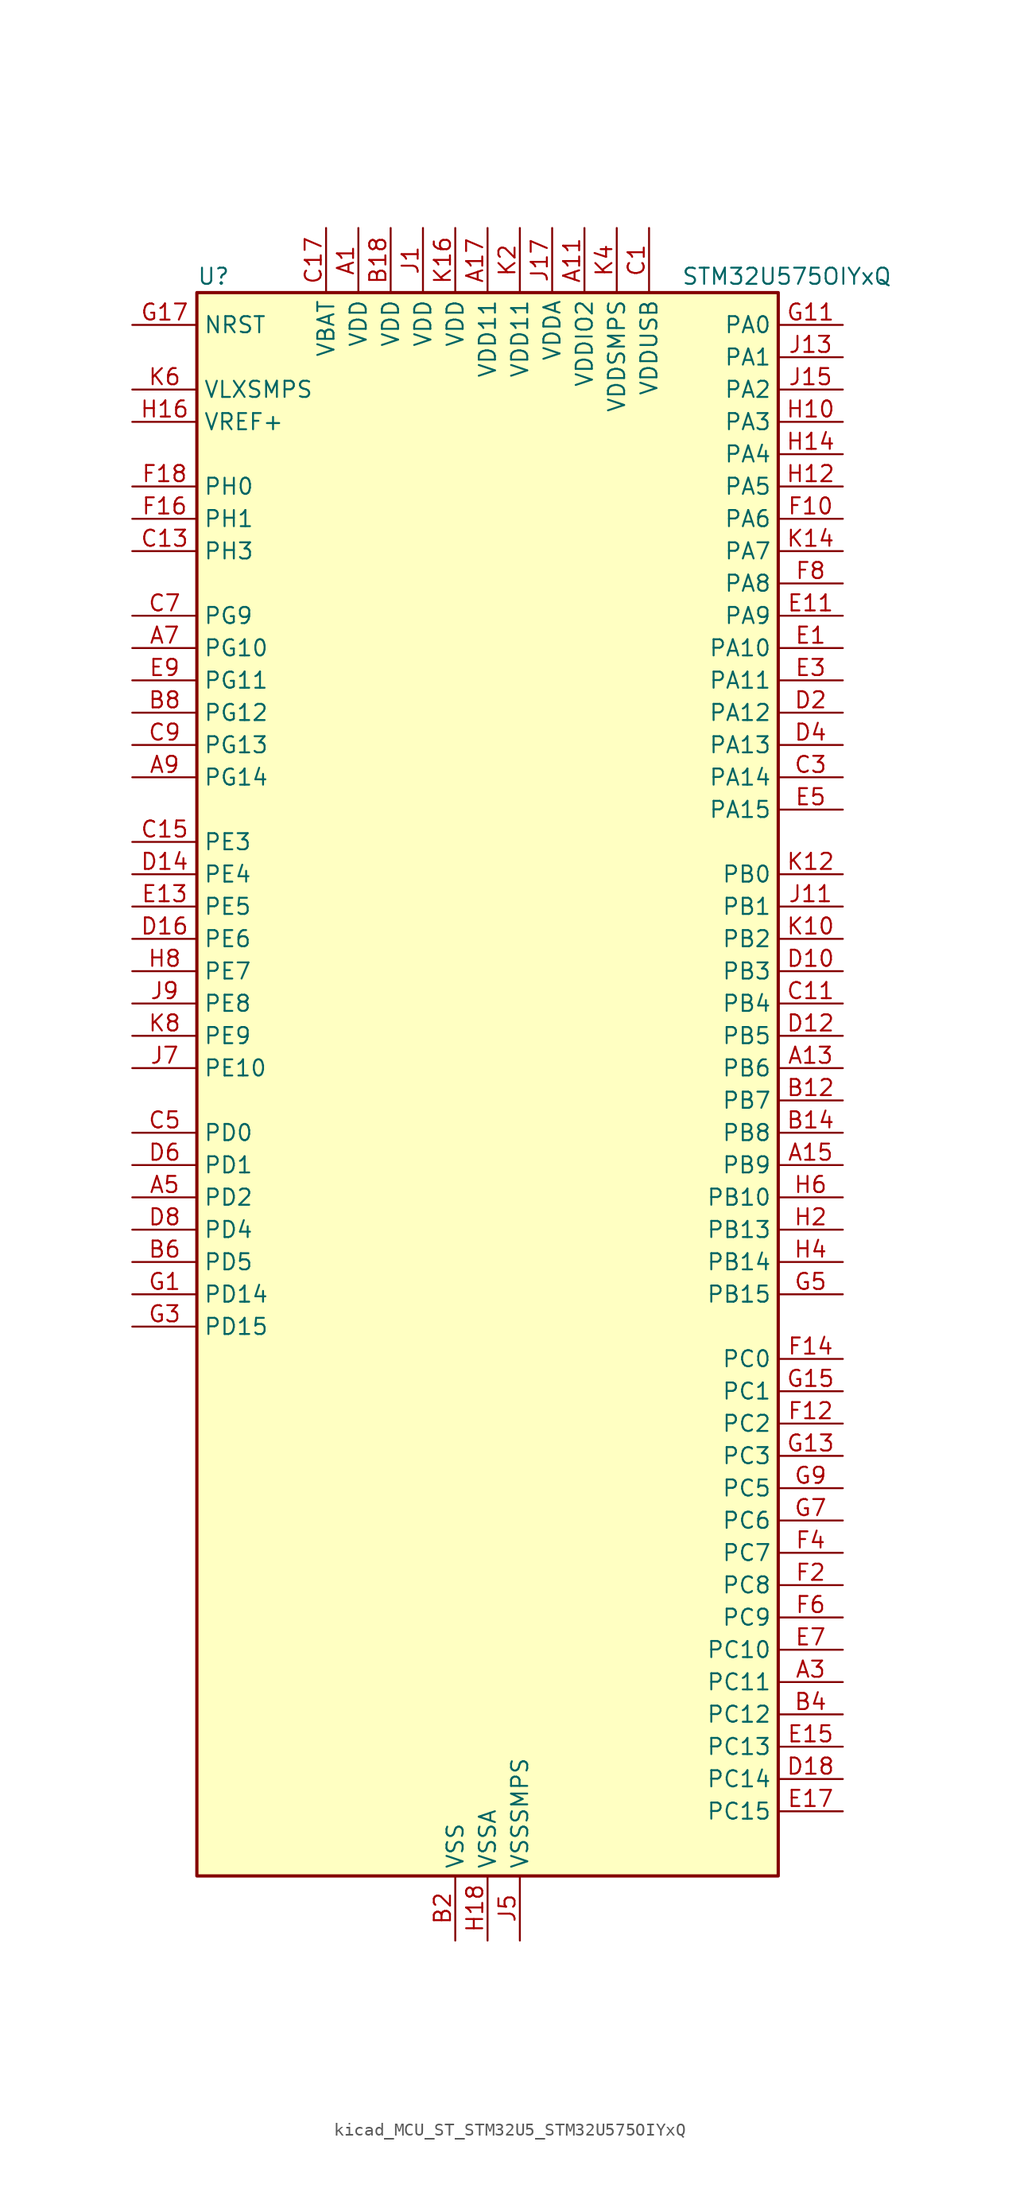
<source format=kicad_sym>
(kicad_symbol_lib
  (version 20220914)
  (generator kicad_symbol_editor)
  (symbol "kicad_MCU_ST_STM32U5_STM32U575OIYxQ"
    (property "Reference" "U"
      (at -22.86 64.77 0)
      (effects (font (size 1.27 1.27)) (justify left)))
    (property "Value" "STM32U575OIYxQ"
      (at 15.24 64.77 0)
      (effects (font (size 1.27 1.27)) (justify left)))
    (property "ki_locked" ""
      (at 0 0 0)
      (effects (font (size 1.27 1.27))))
    (symbol "kicad_MCU_ST_STM32U5_STM32U575OIYxQ_0_1"
      (rectangle (start -22.86 -60.96) (end 22.86 63.5) (stroke (width 0.254) (type default)) (fill (type background))))
    (symbol "kicad_MCU_ST_STM32U5_STM32U575OIYxQ_1_1"
      (pin power_in line (at -10.16 68.58 270) (length 5.08) (name "VDD" (effects (font (size 1.27 1.27)))) (number "A1" (effects (font (size 1.27 1.27)))))
      (pin power_in line (at 7.62 68.58 270) (length 5.08) (name "VDDIO2" (effects (font (size 1.27 1.27)))) (number "A11" (effects (font (size 1.27 1.27)))))
      (pin bidirectional line (at 27.94 2.54 180) (length 5.08) (name "PB6" (effects (font (size 1.27 1.27)))) (number "A13" (effects (font (size 1.27 1.27)))) (alternate "COMP2_INP" bidirectional line) (alternate "DCMI_D5" bidirectional line) (alternate "I2C1_SCL" bidirectional line) (alternate "I2C4_SCL" bidirectional line) (alternate "LPTIM1_ETR" bidirectional line) (alternate "MDF1_SDI5" bidirectional line) (alternate "PSSI_D5" bidirectional line) (alternate "PWR_WKUP3" bidirectional line) (alternate "SAI1_FS_B" bidirectional line) (alternate "TIM16_CH1N" bidirectional line) (alternate "TIM4_CH1" bidirectional line) (alternate "TIM8_BKIN2" bidirectional line) (alternate "TSC_G2_IO3" bidirectional line) (alternate "USART1_TX" bidirectional line))
      (pin bidirectional line (at 27.94 -5.08 180) (length 5.08) (name "PB9" (effects (font (size 1.27 1.27)))) (number "A15" (effects (font (size 1.27 1.27)))) (alternate "DAC1_EXTI9" bidirectional line) (alternate "DCMI_D7" bidirectional line) (alternate "FDCAN1_TX" bidirectional line) (alternate "I2C1_SDA" bidirectional line) (alternate "IR_OUT" bidirectional line) (alternate "PSSI_D7" bidirectional line) (alternate "SAI1_D2" bidirectional line) (alternate "SAI1_FS_A" bidirectional line) (alternate "SDMMC1_CDIR" bidirectional line) (alternate "SDMMC1_D5" bidirectional line) (alternate "SDMMC2_D5" bidirectional line) (alternate "SPI2_NSS" bidirectional line) (alternate "TIM17_CH1" bidirectional line) (alternate "TIM4_CH4" bidirectional line))
      (pin power_in line (at 0 68.58 270) (length 5.08) (name "VDD11" (effects (font (size 1.27 1.27)))) (number "A17" (effects (font (size 1.27 1.27)))))
      (pin bidirectional line (at 27.94 -45.72 180) (length 5.08) (name "PC11" (effects (font (size 1.27 1.27)))) (number "A3" (effects (font (size 1.27 1.27)))) (alternate "ADC1_EXTI11" bidirectional line) (alternate "ADF1_SDI0" bidirectional line) (alternate "DCMI_D2" bidirectional line) (alternate "DCMI_D4" bidirectional line) (alternate "LPTIM3_IN1" bidirectional line) (alternate "OCTOSPIM_P1_NCS" bidirectional line) (alternate "PSSI_D2" bidirectional line) (alternate "PSSI_D4" bidirectional line) (alternate "SDMMC1_D3" bidirectional line) (alternate "SPI3_MISO" bidirectional line) (alternate "TSC_G3_IO3" bidirectional line) (alternate "UART4_RX" bidirectional line) (alternate "UCPD1_FRSTX2" bidirectional line) (alternate "USART3_RX" bidirectional line))
      (pin bidirectional line (at -27.94 -7.62 0) (length 5.08) (name "PD2" (effects (font (size 1.27 1.27)))) (number "A5" (effects (font (size 1.27 1.27)))) (alternate "DCMI_D11" bidirectional line) (alternate "DEBUG_TRACED2" bidirectional line) (alternate "LPTIM4_ETR" bidirectional line) (alternate "PSSI_D11" bidirectional line) (alternate "SDMMC1_CMD" bidirectional line) (alternate "TIM3_ETR" bidirectional line) (alternate "TSC_SYNC" bidirectional line) (alternate "UART5_RX" bidirectional line) (alternate "USART3_DE" bidirectional line) (alternate "USART3_RTS" bidirectional line))
      (pin bidirectional line (at -27.94 35.56 0) (length 5.08) (name "PG10" (effects (font (size 1.27 1.27)))) (number "A7" (effects (font (size 1.27 1.27)))) (alternate "FMC_NE3" bidirectional line) (alternate "LPTIM1_IN1" bidirectional line) (alternate "OCTOSPIM_P2_IO7" bidirectional line) (alternate "SPI3_MISO" bidirectional line) (alternate "TIM15_CH1" bidirectional line) (alternate "USART1_RX" bidirectional line))
      (pin bidirectional line (at -27.94 25.4 0) (length 5.08) (name "PG14" (effects (font (size 1.27 1.27)))) (number "A9" (effects (font (size 1.27 1.27)))) (alternate "FMC_A25" bidirectional line) (alternate "I2C1_SCL" bidirectional line) (alternate "LPTIM1_CH2" bidirectional line))
      (pin passive line (at -2.54 -66.04 90) (length 5.08) hide (name "VSS" (effects (font (size 1.27 1.27)))) (number "B10" (effects (font (size 1.27 1.27)))))
      (pin bidirectional line (at 27.94 0 180) (length 5.08) (name "PB7" (effects (font (size 1.27 1.27)))) (number "B12" (effects (font (size 1.27 1.27)))) (alternate "COMP2_INM" bidirectional line) (alternate "DCMI_VSYNC" bidirectional line) (alternate "FMC_NL" bidirectional line) (alternate "I2C1_SDA" bidirectional line) (alternate "I2C4_SDA" bidirectional line) (alternate "LPTIM1_IN2" bidirectional line) (alternate "MDF1_CKI5" bidirectional line) (alternate "PSSI_RDY" bidirectional line) (alternate "PWR_PVD_IN" bidirectional line) (alternate "PWR_WKUP4" bidirectional line) (alternate "TIM17_CH1N" bidirectional line) (alternate "TIM4_CH2" bidirectional line) (alternate "TIM8_BKIN" bidirectional line) (alternate "TSC_G2_IO4" bidirectional line) (alternate "UART4_CTS" bidirectional line) (alternate "USART1_RX" bidirectional line))
      (pin bidirectional line (at 27.94 -2.54 180) (length 5.08) (name "PB8" (effects (font (size 1.27 1.27)))) (number "B14" (effects (font (size 1.27 1.27)))) (alternate "DCMI_D6" bidirectional line) (alternate "FDCAN1_RX" bidirectional line) (alternate "I2C1_SCL" bidirectional line) (alternate "MDF1_CCK0" bidirectional line) (alternate "PSSI_D6" bidirectional line) (alternate "PWR_WKUP5" bidirectional line) (alternate "SAI1_CK1" bidirectional line) (alternate "SAI1_MCLK_A" bidirectional line) (alternate "SDMMC1_CKIN" bidirectional line) (alternate "SDMMC1_D4" bidirectional line) (alternate "SDMMC2_D4" bidirectional line) (alternate "SPI3_RDY" bidirectional line) (alternate "TIM16_CH1" bidirectional line) (alternate "TIM4_CH3" bidirectional line))
      (pin passive line (at -2.54 -66.04 90) (length 5.08) hide (name "VSS" (effects (font (size 1.27 1.27)))) (number "B16" (effects (font (size 1.27 1.27)))))
      (pin power_in line (at -7.62 68.58 270) (length 5.08) (name "VDD" (effects (font (size 1.27 1.27)))) (number "B18" (effects (font (size 1.27 1.27)))))
      (pin power_in line (at -2.54 -66.04 90) (length 5.08) (name "VSS" (effects (font (size 1.27 1.27)))) (number "B2" (effects (font (size 1.27 1.27)))))
      (pin bidirectional line (at 27.94 -48.26 180) (length 5.08) (name "PC12" (effects (font (size 1.27 1.27)))) (number "B4" (effects (font (size 1.27 1.27)))) (alternate "DCMI_D9" bidirectional line) (alternate "DEBUG_TRACED3" bidirectional line) (alternate "PSSI_D9" bidirectional line) (alternate "SDMMC1_CK" bidirectional line) (alternate "SPI3_MOSI" bidirectional line) (alternate "TSC_G3_IO4" bidirectional line) (alternate "UART5_TX" bidirectional line) (alternate "USART3_CK" bidirectional line))
      (pin bidirectional line (at -27.94 -12.7 0) (length 5.08) (name "PD5" (effects (font (size 1.27 1.27)))) (number "B6" (effects (font (size 1.27 1.27)))) (alternate "FMC_NWE" bidirectional line) (alternate "OCTOSPIM_P1_IO5" bidirectional line) (alternate "SPI2_RDY" bidirectional line) (alternate "USART2_TX" bidirectional line))
      (pin bidirectional line (at -27.94 30.48 0) (length 5.08) (name "PG12" (effects (font (size 1.27 1.27)))) (number "B8" (effects (font (size 1.27 1.27)))) (alternate "FMC_NE4" bidirectional line) (alternate "LPTIM1_ETR" bidirectional line) (alternate "OCTOSPIM_P2_NCS" bidirectional line) (alternate "SPI3_NSS" bidirectional line) (alternate "USART1_DE" bidirectional line) (alternate "USART1_RTS" bidirectional line))
      (pin power_in line (at 12.7 68.58 270) (length 5.08) (name "VDDUSB" (effects (font (size 1.27 1.27)))) (number "C1" (effects (font (size 1.27 1.27)))))
      (pin bidirectional line (at 27.94 7.62 180) (length 5.08) (name "PB4" (effects (font (size 1.27 1.27)))) (number "C11" (effects (font (size 1.27 1.27)))) (alternate "ADF1_SDI0" bidirectional line) (alternate "COMP2_INP" bidirectional line) (alternate "DCMI_D12" bidirectional line) (alternate "DEBUG_JTRST" bidirectional line) (alternate "I2C3_SDA" bidirectional line) (alternate "LPTIM1_CH2" bidirectional line) (alternate "PSSI_D12" bidirectional line) (alternate "SAI1_MCLK_B" bidirectional line) (alternate "SDMMC2_D3" bidirectional line) (alternate "SPI1_MISO" bidirectional line) (alternate "SPI3_MISO" bidirectional line) (alternate "TIM17_BKIN" bidirectional line) (alternate "TIM3_CH1" bidirectional line) (alternate "TSC_G2_IO1" bidirectional line) (alternate "UART5_DE" bidirectional line) (alternate "UART5_RTS" bidirectional line) (alternate "USART1_CTS" bidirectional line))
      (pin bidirectional line (at -27.94 43.18 0) (length 5.08) (name "PH3" (effects (font (size 1.27 1.27)))) (number "C13" (effects (font (size 1.27 1.27)))))
      (pin bidirectional line (at -27.94 20.32 0) (length 5.08) (name "PE3" (effects (font (size 1.27 1.27)))) (number "C15" (effects (font (size 1.27 1.27)))) (alternate "DEBUG_TRACED0" bidirectional line) (alternate "FMC_A19" bidirectional line) (alternate "OCTOSPIM_P1_DQS" bidirectional line) (alternate "SAI1_SD_B" bidirectional line) (alternate "TAMP_IN6" bidirectional line) (alternate "TAMP_OUT3" bidirectional line) (alternate "TIM3_CH1" bidirectional line) (alternate "TSC_G7_IO2" bidirectional line))
      (pin power_in line (at -12.7 68.58 270) (length 5.08) (name "VBAT" (effects (font (size 1.27 1.27)))) (number "C17" (effects (font (size 1.27 1.27)))))
      (pin bidirectional line (at 27.94 25.4 180) (length 5.08) (name "PA14" (effects (font (size 1.27 1.27)))) (number "C3" (effects (font (size 1.27 1.27)))) (alternate "DEBUG_JTCK-SWCLK" bidirectional line) (alternate "I2C1_SMBA" bidirectional line) (alternate "I2C4_SMBA" bidirectional line) (alternate "LPTIM1_CH1" bidirectional line) (alternate "SAI1_FS_B" bidirectional line) (alternate "USB_OTG_FS_SOF" bidirectional line))
      (pin bidirectional line (at -27.94 -2.54 0) (length 5.08) (name "PD0" (effects (font (size 1.27 1.27)))) (number "C5" (effects (font (size 1.27 1.27)))) (alternate "FDCAN1_RX" bidirectional line) (alternate "FMC_D2" bidirectional line) (alternate "FMC_DA2" bidirectional line) (alternate "SPI2_NSS" bidirectional line) (alternate "TIM8_CH4N" bidirectional line))
      (pin bidirectional line (at -27.94 38.1 0) (length 5.08) (name "PG9" (effects (font (size 1.27 1.27)))) (number "C7" (effects (font (size 1.27 1.27)))) (alternate "DAC1_EXTI9" bidirectional line) (alternate "FMC_NCE" bidirectional line) (alternate "FMC_NE2" bidirectional line) (alternate "OCTOSPIM_P2_IO6" bidirectional line) (alternate "SPI3_SCK" bidirectional line) (alternate "TIM15_CH1N" bidirectional line) (alternate "USART1_TX" bidirectional line))
      (pin bidirectional line (at -27.94 27.94 0) (length 5.08) (name "PG13" (effects (font (size 1.27 1.27)))) (number "C9" (effects (font (size 1.27 1.27)))) (alternate "FMC_A24" bidirectional line) (alternate "I2C1_SDA" bidirectional line) (alternate "SPI3_RDY" bidirectional line) (alternate "USART1_CK" bidirectional line))
      (pin bidirectional line (at 27.94 10.16 180) (length 5.08) (name "PB3" (effects (font (size 1.27 1.27)))) (number "D10" (effects (font (size 1.27 1.27)))) (alternate "ADF1_CCK0" bidirectional line) (alternate "COMP2_INM" bidirectional line) (alternate "CRS_SYNC" bidirectional line) (alternate "DEBUG_JTDO-SWO" bidirectional line) (alternate "I2C1_SDA" bidirectional line) (alternate "LPTIM1_CH1" bidirectional line) (alternate "SAI1_SCK_B" bidirectional line) (alternate "SDMMC2_D2" bidirectional line) (alternate "SPI1_SCK" bidirectional line) (alternate "SPI3_SCK" bidirectional line) (alternate "TIM2_CH2" bidirectional line) (alternate "USART1_DE" bidirectional line) (alternate "USART1_RTS" bidirectional line))
      (pin bidirectional line (at 27.94 5.08 180) (length 5.08) (name "PB5" (effects (font (size 1.27 1.27)))) (number "D12" (effects (font (size 1.27 1.27)))) (alternate "COMP2_OUT" bidirectional line) (alternate "DCMI_D10" bidirectional line) (alternate "I2C1_SMBA" bidirectional line) (alternate "LPTIM1_IN1" bidirectional line) (alternate "OCTOSPIM_P1_NCLK" bidirectional line) (alternate "PSSI_D10" bidirectional line) (alternate "PWR_WKUP6" bidirectional line) (alternate "SAI1_SD_B" bidirectional line) (alternate "SPI1_MOSI" bidirectional line) (alternate "SPI3_MOSI" bidirectional line) (alternate "TIM16_BKIN" bidirectional line) (alternate "TIM3_CH2" bidirectional line) (alternate "TSC_G2_IO2" bidirectional line) (alternate "UART5_CTS" bidirectional line) (alternate "UCPD1_DBCC1" bidirectional line) (alternate "USART1_CK" bidirectional line))
      (pin bidirectional line (at -27.94 17.78 0) (length 5.08) (name "PE4" (effects (font (size 1.27 1.27)))) (number "D14" (effects (font (size 1.27 1.27)))) (alternate "DCMI_D4" bidirectional line) (alternate "DEBUG_TRACED1" bidirectional line) (alternate "FMC_A20" bidirectional line) (alternate "MDF1_SDI3" bidirectional line) (alternate "PSSI_D4" bidirectional line) (alternate "PWR_WKUP1" bidirectional line) (alternate "SAI1_D2" bidirectional line) (alternate "SAI1_FS_A" bidirectional line) (alternate "TAMP_IN7" bidirectional line) (alternate "TAMP_OUT8" bidirectional line) (alternate "TIM3_CH2" bidirectional line) (alternate "TSC_G7_IO3" bidirectional line))
      (pin bidirectional line (at -27.94 12.7 0) (length 5.08) (name "PE6" (effects (font (size 1.27 1.27)))) (number "D16" (effects (font (size 1.27 1.27)))) (alternate "DCMI_D7" bidirectional line) (alternate "DEBUG_TRACED3" bidirectional line) (alternate "FMC_A22" bidirectional line) (alternate "PSSI_D7" bidirectional line) (alternate "PWR_WKUP3" bidirectional line) (alternate "SAI1_D1" bidirectional line) (alternate "SAI1_SD_A" bidirectional line) (alternate "TAMP_IN3" bidirectional line) (alternate "TAMP_OUT6" bidirectional line) (alternate "TIM3_CH4" bidirectional line))
      (pin bidirectional line (at 27.94 -53.34 180) (length 5.08) (name "PC14" (effects (font (size 1.27 1.27)))) (number "D18" (effects (font (size 1.27 1.27)))) (alternate "RCC_OSC32_IN" bidirectional line))
      (pin bidirectional line (at 27.94 30.48 180) (length 5.08) (name "PA12" (effects (font (size 1.27 1.27)))) (number "D2" (effects (font (size 1.27 1.27)))) (alternate "FDCAN1_TX" bidirectional line) (alternate "OCTOSPIM_P2_NCS" bidirectional line) (alternate "SPI1_MOSI" bidirectional line) (alternate "TIM1_ETR" bidirectional line) (alternate "USART1_DE" bidirectional line) (alternate "USART1_RTS" bidirectional line) (alternate "USB_OTG_FS_DP" bidirectional line))
      (pin bidirectional line (at 27.94 27.94 180) (length 5.08) (name "PA13" (effects (font (size 1.27 1.27)))) (number "D4" (effects (font (size 1.27 1.27)))) (alternate "DEBUG_JTMS-SWDIO" bidirectional line) (alternate "IR_OUT" bidirectional line) (alternate "SAI1_SD_B" bidirectional line) (alternate "USB_OTG_FS_NOE" bidirectional line))
      (pin bidirectional line (at -27.94 -5.08 0) (length 5.08) (name "PD1" (effects (font (size 1.27 1.27)))) (number "D6" (effects (font (size 1.27 1.27)))) (alternate "FDCAN1_TX" bidirectional line) (alternate "FMC_D3" bidirectional line) (alternate "FMC_DA3" bidirectional line) (alternate "SPI2_SCK" bidirectional line))
      (pin bidirectional line (at -27.94 -10.16 0) (length 5.08) (name "PD4" (effects (font (size 1.27 1.27)))) (number "D8" (effects (font (size 1.27 1.27)))) (alternate "FMC_NOE" bidirectional line) (alternate "MDF1_CKI0" bidirectional line) (alternate "OCTOSPIM_P1_IO4" bidirectional line) (alternate "SPI2_MOSI" bidirectional line) (alternate "USART2_DE" bidirectional line) (alternate "USART2_RTS" bidirectional line))
      (pin bidirectional line (at 27.94 35.56 180) (length 5.08) (name "PA10" (effects (font (size 1.27 1.27)))) (number "E1" (effects (font (size 1.27 1.27)))) (alternate "CRS_SYNC" bidirectional line) (alternate "DCMI_D1" bidirectional line) (alternate "LPTIM2_IN2" bidirectional line) (alternate "PSSI_D1" bidirectional line) (alternate "SAI1_D1" bidirectional line) (alternate "SAI1_SD_A" bidirectional line) (alternate "TIM17_BKIN" bidirectional line) (alternate "TIM1_CH3" bidirectional line) (alternate "USART1_RX" bidirectional line) (alternate "USB_OTG_FS_ID" bidirectional line))
      (pin bidirectional line (at 27.94 38.1 180) (length 5.08) (name "PA9" (effects (font (size 1.27 1.27)))) (number "E11" (effects (font (size 1.27 1.27)))) (alternate "DAC1_EXTI9" bidirectional line) (alternate "DCMI_D0" bidirectional line) (alternate "PSSI_D0" bidirectional line) (alternate "SAI1_FS_A" bidirectional line) (alternate "SPI2_SCK" bidirectional line) (alternate "TIM15_BKIN" bidirectional line) (alternate "TIM1_CH2" bidirectional line) (alternate "USART1_TX" bidirectional line) (alternate "USB_OTG_FS_VBUS" bidirectional line))
      (pin bidirectional line (at -27.94 15.24 0) (length 5.08) (name "PE5" (effects (font (size 1.27 1.27)))) (number "E13" (effects (font (size 1.27 1.27)))) (alternate "DCMI_D6" bidirectional line) (alternate "DEBUG_TRACED2" bidirectional line) (alternate "FMC_A21" bidirectional line) (alternate "MDF1_CKI3" bidirectional line) (alternate "PSSI_D6" bidirectional line) (alternate "PWR_WKUP2" bidirectional line) (alternate "SAI1_CK2" bidirectional line) (alternate "SAI1_SCK_A" bidirectional line) (alternate "TAMP_IN8" bidirectional line) (alternate "TAMP_OUT7" bidirectional line) (alternate "TIM3_CH3" bidirectional line) (alternate "TSC_G7_IO4" bidirectional line))
      (pin bidirectional line (at 27.94 -50.8 180) (length 5.08) (name "PC13" (effects (font (size 1.27 1.27)))) (number "E15" (effects (font (size 1.27 1.27)))) (alternate "PWR_WKUP2" bidirectional line) (alternate "RTC_OUT1" bidirectional line) (alternate "RTC_TS" bidirectional line) (alternate "TAMP_IN1" bidirectional line) (alternate "TAMP_OUT2" bidirectional line))
      (pin bidirectional line (at 27.94 -55.88 180) (length 5.08) (name "PC15" (effects (font (size 1.27 1.27)))) (number "E17" (effects (font (size 1.27 1.27)))) (alternate "ADC1_EXTI15" bidirectional line) (alternate "ADC4_EXTI15" bidirectional line) (alternate "RCC_OSC32_OUT" bidirectional line))
      (pin bidirectional line (at 27.94 33.02 180) (length 5.08) (name "PA11" (effects (font (size 1.27 1.27)))) (number "E3" (effects (font (size 1.27 1.27)))) (alternate "ADC1_EXTI11" bidirectional line) (alternate "FDCAN1_RX" bidirectional line) (alternate "SPI1_MISO" bidirectional line) (alternate "TIM1_BKIN2" bidirectional line) (alternate "TIM1_CH4" bidirectional line) (alternate "USART1_CTS" bidirectional line) (alternate "USB_OTG_FS_DM" bidirectional line))
      (pin bidirectional line (at 27.94 22.86 180) (length 5.08) (name "PA15" (effects (font (size 1.27 1.27)))) (number "E5" (effects (font (size 1.27 1.27)))) (alternate "ADC1_EXTI15" bidirectional line) (alternate "ADC4_EXTI15" bidirectional line) (alternate "DEBUG_JTDI" bidirectional line) (alternate "SPI1_NSS" bidirectional line) (alternate "SPI3_NSS" bidirectional line) (alternate "TIM2_CH1" bidirectional line) (alternate "TIM2_ETR" bidirectional line) (alternate "UART4_DE" bidirectional line) (alternate "UART4_RTS" bidirectional line) (alternate "UCPD1_CC1" bidirectional line) (alternate "USART2_RX" bidirectional line) (alternate "USART3_DE" bidirectional line) (alternate "USART3_RTS" bidirectional line))
      (pin bidirectional line (at 27.94 -43.18 180) (length 5.08) (name "PC10" (effects (font (size 1.27 1.27)))) (number "E7" (effects (font (size 1.27 1.27)))) (alternate "ADF1_CCK1" bidirectional line) (alternate "DCMI_D8" bidirectional line) (alternate "DEBUG_TRACED1" bidirectional line) (alternate "LPTIM3_ETR" bidirectional line) (alternate "PSSI_D8" bidirectional line) (alternate "SDMMC1_D2" bidirectional line) (alternate "SPI3_SCK" bidirectional line) (alternate "TSC_G3_IO2" bidirectional line) (alternate "UART4_TX" bidirectional line) (alternate "USART3_TX" bidirectional line))
      (pin bidirectional line (at -27.94 33.02 0) (length 5.08) (name "PG11" (effects (font (size 1.27 1.27)))) (number "E9" (effects (font (size 1.27 1.27)))) (alternate "ADC1_EXTI11" bidirectional line) (alternate "LPTIM1_IN2" bidirectional line) (alternate "OCTOSPIM_P1_IO5" bidirectional line) (alternate "SPI3_MOSI" bidirectional line) (alternate "TIM15_CH2" bidirectional line) (alternate "USART1_CTS" bidirectional line))
      (pin bidirectional line (at 27.94 45.72 180) (length 5.08) (name "PA6" (effects (font (size 1.27 1.27)))) (number "F10" (effects (font (size 1.27 1.27)))) (alternate "ADC1_IN11" bidirectional line) (alternate "ADC4_IN11" bidirectional line) (alternate "DCMI_PIXCLK" bidirectional line) (alternate "LPUART1_CTS" bidirectional line) (alternate "OCTOSPIM_P1_IO3" bidirectional line) (alternate "OPAMP2_VINP" bidirectional line) (alternate "PSSI_PDCK" bidirectional line) (alternate "PWR_CDSTOP" bidirectional line) (alternate "PWR_WKUP7" bidirectional line) (alternate "SPI1_MISO" bidirectional line) (alternate "TIM16_CH1" bidirectional line) (alternate "TIM1_BKIN" bidirectional line) (alternate "TIM3_CH1" bidirectional line) (alternate "TIM8_BKIN" bidirectional line) (alternate "USART3_CTS" bidirectional line))
      (pin bidirectional line (at 27.94 -25.4 180) (length 5.08) (name "PC2" (effects (font (size 1.27 1.27)))) (number "F12" (effects (font (size 1.27 1.27)))) (alternate "ADC1_IN3" bidirectional line) (alternate "ADC4_IN3" bidirectional line) (alternate "LPTIM1_IN2" bidirectional line) (alternate "MDF1_CCK1" bidirectional line) (alternate "OCTOSPIM_P1_IO5" bidirectional line) (alternate "SPI2_MISO" bidirectional line))
      (pin bidirectional line (at 27.94 -20.32 180) (length 5.08) (name "PC0" (effects (font (size 1.27 1.27)))) (number "F14" (effects (font (size 1.27 1.27)))) (alternate "ADC1_IN1" bidirectional line) (alternate "ADC4_IN1" bidirectional line) (alternate "I2C3_SCL" bidirectional line) (alternate "LPTIM1_IN1" bidirectional line) (alternate "LPTIM2_IN1" bidirectional line) (alternate "LPUART1_RX" bidirectional line) (alternate "MDF1_SDI4" bidirectional line) (alternate "OCTOSPIM_P1_IO7" bidirectional line) (alternate "SDMMC1_D5" bidirectional line) (alternate "SPI2_RDY" bidirectional line))
      (pin bidirectional line (at -27.94 45.72 0) (length 5.08) (name "PH1" (effects (font (size 1.27 1.27)))) (number "F16" (effects (font (size 1.27 1.27)))) (alternate "RCC_OSC_OUT" bidirectional line))
      (pin bidirectional line (at -27.94 48.26 0) (length 5.08) (name "PH0" (effects (font (size 1.27 1.27)))) (number "F18" (effects (font (size 1.27 1.27)))) (alternate "RCC_OSC_IN" bidirectional line))
      (pin bidirectional line (at 27.94 -38.1 180) (length 5.08) (name "PC8" (effects (font (size 1.27 1.27)))) (number "F2" (effects (font (size 1.27 1.27)))) (alternate "DCMI_D2" bidirectional line) (alternate "LPTIM3_CH1" bidirectional line) (alternate "PSSI_D2" bidirectional line) (alternate "PWR_SRDSTOP" bidirectional line) (alternate "SDMMC1_D0" bidirectional line) (alternate "TIM3_CH3" bidirectional line) (alternate "TIM8_CH3" bidirectional line) (alternate "TSC_G4_IO3" bidirectional line))
      (pin bidirectional line (at 27.94 -35.56 180) (length 5.08) (name "PC7" (effects (font (size 1.27 1.27)))) (number "F4" (effects (font (size 1.27 1.27)))) (alternate "DCMI_D1" bidirectional line) (alternate "LPTIM2_CH2" bidirectional line) (alternate "MDF1_SDI3" bidirectional line) (alternate "PSSI_D1" bidirectional line) (alternate "PWR_CDSTOP" bidirectional line) (alternate "SDMMC1_D123DIR" bidirectional line) (alternate "SDMMC1_D7" bidirectional line) (alternate "SDMMC2_D7" bidirectional line) (alternate "TIM3_CH2" bidirectional line) (alternate "TIM8_CH2" bidirectional line) (alternate "TSC_G4_IO2" bidirectional line))
      (pin bidirectional line (at 27.94 -40.64 180) (length 5.08) (name "PC9" (effects (font (size 1.27 1.27)))) (number "F6" (effects (font (size 1.27 1.27)))) (alternate "DAC1_EXTI9" bidirectional line) (alternate "DCMI_D3" bidirectional line) (alternate "DEBUG_TRACED0" bidirectional line) (alternate "LPTIM3_CH2" bidirectional line) (alternate "PSSI_D3" bidirectional line) (alternate "SDMMC1_D1" bidirectional line) (alternate "TIM3_CH4" bidirectional line) (alternate "TIM8_BKIN2" bidirectional line) (alternate "TIM8_CH4" bidirectional line) (alternate "TSC_G4_IO4" bidirectional line) (alternate "USB_OTG_FS_NOE" bidirectional line))
      (pin bidirectional line (at 27.94 40.64 180) (length 5.08) (name "PA8" (effects (font (size 1.27 1.27)))) (number "F8" (effects (font (size 1.27 1.27)))) (alternate "DEBUG_TRACECLK" bidirectional line) (alternate "LPTIM2_CH1" bidirectional line) (alternate "RCC_MCO" bidirectional line) (alternate "SAI1_CK2" bidirectional line) (alternate "SAI1_SCK_A" bidirectional line) (alternate "SPI1_RDY" bidirectional line) (alternate "TIM1_CH1" bidirectional line) (alternate "USART1_CK" bidirectional line) (alternate "USB_OTG_FS_SOF" bidirectional line))
      (pin bidirectional line (at -27.94 -15.24 0) (length 5.08) (name "PD14" (effects (font (size 1.27 1.27)))) (number "G1" (effects (font (size 1.27 1.27)))) (alternate "FMC_D0" bidirectional line) (alternate "FMC_DA0" bidirectional line) (alternate "LPTIM3_CH1" bidirectional line) (alternate "TIM4_CH3" bidirectional line))
      (pin bidirectional line (at 27.94 60.96 180) (length 5.08) (name "PA0" (effects (font (size 1.27 1.27)))) (number "G11" (effects (font (size 1.27 1.27)))) (alternate "ADC1_IN5" bidirectional line) (alternate "AUDIOCLK" bidirectional line) (alternate "OCTOSPIM_P2_NCS" bidirectional line) (alternate "OPAMP1_VINP" bidirectional line) (alternate "PWR_WKUP1" bidirectional line) (alternate "SDMMC2_CMD" bidirectional line) (alternate "SPI3_RDY" bidirectional line) (alternate "TAMP_IN2" bidirectional line) (alternate "TAMP_OUT1" bidirectional line) (alternate "TIM2_CH1" bidirectional line) (alternate "TIM2_ETR" bidirectional line) (alternate "TIM5_CH1" bidirectional line) (alternate "TIM8_ETR" bidirectional line) (alternate "UART4_TX" bidirectional line) (alternate "USART2_CTS" bidirectional line))
      (pin bidirectional line (at 27.94 -27.94 180) (length 5.08) (name "PC3" (effects (font (size 1.27 1.27)))) (number "G13" (effects (font (size 1.27 1.27)))) (alternate "ADC1_IN4" bidirectional line) (alternate "ADC4_IN4" bidirectional line) (alternate "LPTIM1_ETR" bidirectional line) (alternate "LPTIM2_ETR" bidirectional line) (alternate "LPTIM3_CH1" bidirectional line) (alternate "OCTOSPIM_P1_IO6" bidirectional line) (alternate "SAI1_D1" bidirectional line) (alternate "SAI1_SD_A" bidirectional line) (alternate "SPI2_MOSI" bidirectional line))
      (pin bidirectional line (at 27.94 -22.86 180) (length 5.08) (name "PC1" (effects (font (size 1.27 1.27)))) (number "G15" (effects (font (size 1.27 1.27)))) (alternate "ADC1_IN2" bidirectional line) (alternate "ADC4_IN2" bidirectional line) (alternate "DEBUG_TRACED0" bidirectional line) (alternate "I2C3_SDA" bidirectional line) (alternate "LPTIM1_CH1" bidirectional line) (alternate "LPUART1_TX" bidirectional line) (alternate "MDF1_CKI4" bidirectional line) (alternate "OCTOSPIM_P1_IO4" bidirectional line) (alternate "SAI1_SD_A" bidirectional line) (alternate "SDMMC2_CK" bidirectional line) (alternate "SPI2_MOSI" bidirectional line))
      (pin input line (at -27.94 60.96 0) (length 5.08) (name "NRST" (effects (font (size 1.27 1.27)))) (number "G17" (effects (font (size 1.27 1.27)))))
      (pin bidirectional line (at -27.94 -17.78 0) (length 5.08) (name "PD15" (effects (font (size 1.27 1.27)))) (number "G3" (effects (font (size 1.27 1.27)))) (alternate "ADC1_EXTI15" bidirectional line) (alternate "ADC4_EXTI15" bidirectional line) (alternate "FMC_D1" bidirectional line) (alternate "FMC_DA1" bidirectional line) (alternate "LPTIM3_CH2" bidirectional line) (alternate "TIM4_CH4" bidirectional line))
      (pin bidirectional line (at 27.94 -15.24 180) (length 5.08) (name "PB15" (effects (font (size 1.27 1.27)))) (number "G5" (effects (font (size 1.27 1.27)))) (alternate "ADC1_EXTI15" bidirectional line) (alternate "ADC4_EXTI15" bidirectional line) (alternate "FMC_NBL1" bidirectional line) (alternate "LPTIM2_IN2" bidirectional line) (alternate "MDF1_CKI2" bidirectional line) (alternate "PWR_WKUP7" bidirectional line) (alternate "RTC_REFIN" bidirectional line) (alternate "SDMMC2_D1" bidirectional line) (alternate "SPI2_MOSI" bidirectional line) (alternate "TIM15_CH2" bidirectional line) (alternate "TIM1_CH3N" bidirectional line) (alternate "TIM8_CH3N" bidirectional line) (alternate "UCPD1_CC2" bidirectional line))
      (pin bidirectional line (at 27.94 -33.02 180) (length 5.08) (name "PC6" (effects (font (size 1.27 1.27)))) (number "G7" (effects (font (size 1.27 1.27)))) (alternate "DCMI_D0" bidirectional line) (alternate "MDF1_CKI3" bidirectional line) (alternate "PSSI_D0" bidirectional line) (alternate "PWR_CSLEEP" bidirectional line) (alternate "SDMMC1_D0DIR" bidirectional line) (alternate "SDMMC1_D6" bidirectional line) (alternate "SDMMC2_D6" bidirectional line) (alternate "TIM3_CH1" bidirectional line) (alternate "TIM8_CH1" bidirectional line) (alternate "TSC_G4_IO1" bidirectional line))
      (pin bidirectional line (at 27.94 -30.48 180) (length 5.08) (name "PC5" (effects (font (size 1.27 1.27)))) (number "G9" (effects (font (size 1.27 1.27)))) (alternate "ADC1_IN14" bidirectional line) (alternate "ADC4_IN23" bidirectional line) (alternate "COMP1_INP" bidirectional line) (alternate "PSSI_D15" bidirectional line) (alternate "PWR_WKUP5" bidirectional line) (alternate "SAI1_D3" bidirectional line) (alternate "TAMP_IN4" bidirectional line) (alternate "TAMP_OUT5" bidirectional line) (alternate "TIM1_CH4N" bidirectional line) (alternate "USART3_RX" bidirectional line))
      (pin bidirectional line (at 27.94 53.34 180) (length 5.08) (name "PA3" (effects (font (size 1.27 1.27)))) (number "H10" (effects (font (size 1.27 1.27)))) (alternate "ADC1_IN8" bidirectional line) (alternate "LPUART1_RX" bidirectional line) (alternate "OCTOSPIM_P1_CLK" bidirectional line) (alternate "OPAMP1_VOUT" bidirectional line) (alternate "PWR_WKUP5" bidirectional line) (alternate "SAI1_CK1" bidirectional line) (alternate "SAI1_MCLK_A" bidirectional line) (alternate "TIM15_CH2" bidirectional line) (alternate "TIM2_CH4" bidirectional line) (alternate "TIM5_CH4" bidirectional line) (alternate "USART2_RX" bidirectional line))
      (pin bidirectional line (at 27.94 48.26 180) (length 5.08) (name "PA5" (effects (font (size 1.27 1.27)))) (number "H12" (effects (font (size 1.27 1.27)))) (alternate "ADC1_IN10" bidirectional line) (alternate "ADC4_IN10" bidirectional line) (alternate "DAC1_OUT2" bidirectional line) (alternate "LPTIM2_ETR" bidirectional line) (alternate "PSSI_D14" bidirectional line) (alternate "PWR_CSLEEP" bidirectional line) (alternate "PWR_WKUP6" bidirectional line) (alternate "SPI1_SCK" bidirectional line) (alternate "TIM2_CH1" bidirectional line) (alternate "TIM2_ETR" bidirectional line) (alternate "TIM8_CH1N" bidirectional line) (alternate "USART3_RX" bidirectional line))
      (pin bidirectional line (at 27.94 50.8 180) (length 5.08) (name "PA4" (effects (font (size 1.27 1.27)))) (number "H14" (effects (font (size 1.27 1.27)))) (alternate "ADC1_IN9" bidirectional line) (alternate "ADC4_IN9" bidirectional line) (alternate "DAC1_OUT1" bidirectional line) (alternate "DCMI_HSYNC" bidirectional line) (alternate "LPTIM2_CH1" bidirectional line) (alternate "OCTOSPIM_P1_NCS" bidirectional line) (alternate "PSSI_DE" bidirectional line) (alternate "PWR_WKUP2" bidirectional line) (alternate "SAI1_FS_B" bidirectional line) (alternate "SPI1_NSS" bidirectional line) (alternate "SPI3_NSS" bidirectional line) (alternate "USART2_CK" bidirectional line))
      (pin input line (at -27.94 53.34 0) (length 5.08) (name "VREF+" (effects (font (size 1.27 1.27)))) (number "H16" (effects (font (size 1.27 1.27)))) (alternate "VREFBUF_OUT" bidirectional line))
      (pin power_in line (at 0 -66.04 90) (length 5.08) (name "VSSA" (effects (font (size 1.27 1.27)))) (number "H18" (effects (font (size 1.27 1.27)))))
      (pin bidirectional line (at 27.94 -10.16 180) (length 5.08) (name "PB13" (effects (font (size 1.27 1.27)))) (number "H2" (effects (font (size 1.27 1.27)))) (alternate "I2C2_SCL" bidirectional line) (alternate "LPTIM3_IN1" bidirectional line) (alternate "LPUART1_CTS" bidirectional line) (alternate "MDF1_CKI1" bidirectional line) (alternate "SPI2_SCK" bidirectional line) (alternate "TIM15_CH1N" bidirectional line) (alternate "TIM1_CH1N" bidirectional line) (alternate "TSC_G1_IO2" bidirectional line) (alternate "USART3_CTS" bidirectional line))
      (pin bidirectional line (at 27.94 -12.7 180) (length 5.08) (name "PB14" (effects (font (size 1.27 1.27)))) (number "H4" (effects (font (size 1.27 1.27)))) (alternate "I2C2_SDA" bidirectional line) (alternate "LPTIM3_ETR" bidirectional line) (alternate "MDF1_SDI2" bidirectional line) (alternate "SDMMC2_D0" bidirectional line) (alternate "SPI2_MISO" bidirectional line) (alternate "TIM15_CH1" bidirectional line) (alternate "TIM1_CH2N" bidirectional line) (alternate "TIM8_CH2N" bidirectional line) (alternate "TSC_G1_IO3" bidirectional line) (alternate "UCPD1_DBCC2" bidirectional line) (alternate "USART3_DE" bidirectional line) (alternate "USART3_RTS" bidirectional line))
      (pin bidirectional line (at 27.94 -7.62 180) (length 5.08) (name "PB10" (effects (font (size 1.27 1.27)))) (number "H6" (effects (font (size 1.27 1.27)))) (alternate "COMP1_OUT" bidirectional line) (alternate "I2C2_SCL" bidirectional line) (alternate "I2C4_SCL" bidirectional line) (alternate "LPTIM3_CH1" bidirectional line) (alternate "LPUART1_RX" bidirectional line) (alternate "OCTOSPIM_P1_CLK" bidirectional line) (alternate "PWR_WKUP8" bidirectional line) (alternate "SAI1_SCK_A" bidirectional line) (alternate "SPI2_SCK" bidirectional line) (alternate "TIM2_CH3" bidirectional line) (alternate "TSC_SYNC" bidirectional line) (alternate "USART3_TX" bidirectional line))
      (pin bidirectional line (at -27.94 10.16 0) (length 5.08) (name "PE7" (effects (font (size 1.27 1.27)))) (number "H8" (effects (font (size 1.27 1.27)))) (alternate "FMC_D4" bidirectional line) (alternate "FMC_DA4" bidirectional line) (alternate "MDF1_SDI2" bidirectional line) (alternate "PWR_WKUP6" bidirectional line) (alternate "SAI1_SD_B" bidirectional line) (alternate "TIM1_ETR" bidirectional line))
      (pin power_in line (at -5.08 68.58 270) (length 5.08) (name "VDD" (effects (font (size 1.27 1.27)))) (number "J1" (effects (font (size 1.27 1.27)))))
      (pin bidirectional line (at 27.94 15.24 180) (length 5.08) (name "PB1" (effects (font (size 1.27 1.27)))) (number "J11" (effects (font (size 1.27 1.27)))) (alternate "ADC1_IN16" bidirectional line) (alternate "ADC4_IN19" bidirectional line) (alternate "COMP1_INM" bidirectional line) (alternate "LPTIM2_IN1" bidirectional line) (alternate "LPTIM3_CH2" bidirectional line) (alternate "LPUART1_DE" bidirectional line) (alternate "LPUART1_RTS" bidirectional line) (alternate "MDF1_SDI0" bidirectional line) (alternate "OCTOSPIM_P1_IO0" bidirectional line) (alternate "PWR_WKUP4" bidirectional line) (alternate "TIM1_CH3N" bidirectional line) (alternate "TIM3_CH4" bidirectional line) (alternate "TIM8_CH3N" bidirectional line) (alternate "USART3_DE" bidirectional line) (alternate "USART3_RTS" bidirectional line))
      (pin bidirectional line (at 27.94 58.42 180) (length 5.08) (name "PA1" (effects (font (size 1.27 1.27)))) (number "J13" (effects (font (size 1.27 1.27)))) (alternate "ADC1_IN6" bidirectional line) (alternate "I2C1_SMBA" bidirectional line) (alternate "LPTIM1_CH2" bidirectional line) (alternate "OCTOSPIM_P1_DQS" bidirectional line) (alternate "OPAMP1_VINM" bidirectional line) (alternate "PWR_WKUP3" bidirectional line) (alternate "SPI1_SCK" bidirectional line) (alternate "TAMP_IN5" bidirectional line) (alternate "TAMP_OUT4" bidirectional line) (alternate "TIM15_CH1N" bidirectional line) (alternate "TIM2_CH2" bidirectional line) (alternate "TIM5_CH2" bidirectional line) (alternate "UART4_RX" bidirectional line) (alternate "USART2_DE" bidirectional line) (alternate "USART2_RTS" bidirectional line))
      (pin bidirectional line (at 27.94 55.88 180) (length 5.08) (name "PA2" (effects (font (size 1.27 1.27)))) (number "J15" (effects (font (size 1.27 1.27)))) (alternate "ADC1_IN7" bidirectional line) (alternate "COMP1_INP" bidirectional line) (alternate "LPUART1_TX" bidirectional line) (alternate "OCTOSPIM_P1_NCS" bidirectional line) (alternate "PWR_WKUP4" bidirectional line) (alternate "RCC_LSCO" bidirectional line) (alternate "SPI1_RDY" bidirectional line) (alternate "TIM15_CH1" bidirectional line) (alternate "TIM2_CH3" bidirectional line) (alternate "TIM5_CH3" bidirectional line) (alternate "UCPD1_FRSTX1" bidirectional line) (alternate "USART2_TX" bidirectional line))
      (pin power_in line (at 5.08 68.58 270) (length 5.08) (name "VDDA" (effects (font (size 1.27 1.27)))) (number "J17" (effects (font (size 1.27 1.27)))))
      (pin passive line (at -2.54 -66.04 90) (length 5.08) hide (name "VSS" (effects (font (size 1.27 1.27)))) (number "J3" (effects (font (size 1.27 1.27)))))
      (pin power_in line (at 2.54 -66.04 90) (length 5.08) (name "VSSSMPS" (effects (font (size 1.27 1.27)))) (number "J5" (effects (font (size 1.27 1.27)))))
      (pin bidirectional line (at -27.94 2.54 0) (length 5.08) (name "PE10" (effects (font (size 1.27 1.27)))) (number "J7" (effects (font (size 1.27 1.27)))) (alternate "ADF1_SDI0" bidirectional line) (alternate "FMC_D7" bidirectional line) (alternate "FMC_DA7" bidirectional line) (alternate "MDF1_SDI4" bidirectional line) (alternate "OCTOSPIM_P1_CLK" bidirectional line) (alternate "SAI1_MCLK_B" bidirectional line) (alternate "TIM1_CH2N" bidirectional line) (alternate "TSC_G5_IO1" bidirectional line))
      (pin bidirectional line (at -27.94 7.62 0) (length 5.08) (name "PE8" (effects (font (size 1.27 1.27)))) (number "J9" (effects (font (size 1.27 1.27)))) (alternate "FMC_D5" bidirectional line) (alternate "FMC_DA5" bidirectional line) (alternate "MDF1_CKI2" bidirectional line) (alternate "PWR_WKUP7" bidirectional line) (alternate "SAI1_SCK_B" bidirectional line) (alternate "TIM1_CH1N" bidirectional line))
      (pin bidirectional line (at 27.94 12.7 180) (length 5.08) (name "PB2" (effects (font (size 1.27 1.27)))) (number "K10" (effects (font (size 1.27 1.27)))) (alternate "ADC1_IN17" bidirectional line) (alternate "COMP1_INP" bidirectional line) (alternate "I2C3_SMBA" bidirectional line) (alternate "LPTIM1_CH1" bidirectional line) (alternate "MDF1_CKI0" bidirectional line) (alternate "OCTOSPIM_P1_DQS" bidirectional line) (alternate "PWR_WKUP1" bidirectional line) (alternate "RTC_OUT2" bidirectional line) (alternate "SPI1_RDY" bidirectional line) (alternate "TIM8_CH4N" bidirectional line) (alternate "UCPD1_FRSTX1" bidirectional line))
      (pin bidirectional line (at 27.94 17.78 180) (length 5.08) (name "PB0" (effects (font (size 1.27 1.27)))) (number "K12" (effects (font (size 1.27 1.27)))) (alternate "ADC1_IN15" bidirectional line) (alternate "ADC4_IN18" bidirectional line) (alternate "AUDIOCLK" bidirectional line) (alternate "COMP1_OUT" bidirectional line) (alternate "LPTIM3_CH1" bidirectional line) (alternate "OCTOSPIM_P1_IO1" bidirectional line) (alternate "OPAMP2_VOUT" bidirectional line) (alternate "SPI1_NSS" bidirectional line) (alternate "TIM1_CH2N" bidirectional line) (alternate "TIM3_CH3" bidirectional line) (alternate "TIM8_CH2N" bidirectional line) (alternate "USART3_CK" bidirectional line))
      (pin bidirectional line (at 27.94 43.18 180) (length 5.08) (name "PA7" (effects (font (size 1.27 1.27)))) (number "K14" (effects (font (size 1.27 1.27)))) (alternate "ADC1_IN12" bidirectional line) (alternate "ADC4_IN20" bidirectional line) (alternate "I2C3_SCL" bidirectional line) (alternate "LPTIM2_CH2" bidirectional line) (alternate "OCTOSPIM_P1_IO2" bidirectional line) (alternate "OPAMP2_VINM" bidirectional line) (alternate "PWR_SRDSTOP" bidirectional line) (alternate "PWR_WKUP8" bidirectional line) (alternate "SPI1_MOSI" bidirectional line) (alternate "TIM17_CH1" bidirectional line) (alternate "TIM1_CH1N" bidirectional line) (alternate "TIM3_CH2" bidirectional line) (alternate "TIM8_CH1N" bidirectional line) (alternate "USART3_TX" bidirectional line))
      (pin power_in line (at -2.54 68.58 270) (length 5.08) (name "VDD" (effects (font (size 1.27 1.27)))) (number "K16" (effects (font (size 1.27 1.27)))))
      (pin passive line (at -2.54 -66.04 90) (length 5.08) hide (name "VSS" (effects (font (size 1.27 1.27)))) (number "K18" (effects (font (size 1.27 1.27)))))
      (pin power_in line (at 2.54 68.58 270) (length 5.08) (name "VDD11" (effects (font (size 1.27 1.27)))) (number "K2" (effects (font (size 1.27 1.27)))))
      (pin power_in line (at 10.16 68.58 270) (length 5.08) (name "VDDSMPS" (effects (font (size 1.27 1.27)))) (number "K4" (effects (font (size 1.27 1.27)))))
      (pin power_in line (at -27.94 55.88 0) (length 5.08) (name "VLXSMPS" (effects (font (size 1.27 1.27)))) (number "K6" (effects (font (size 1.27 1.27)))))
      (pin bidirectional line (at -27.94 5.08 0) (length 5.08) (name "PE9" (effects (font (size 1.27 1.27)))) (number "K8" (effects (font (size 1.27 1.27)))) (alternate "ADF1_CCK0" bidirectional line) (alternate "DAC1_EXTI9" bidirectional line) (alternate "FMC_D6" bidirectional line) (alternate "FMC_DA6" bidirectional line) (alternate "MDF1_CCK0" bidirectional line) (alternate "OCTOSPIM_P1_NCLK" bidirectional line) (alternate "SAI1_FS_B" bidirectional line) (alternate "TIM1_CH1" bidirectional line)))))
</source>
